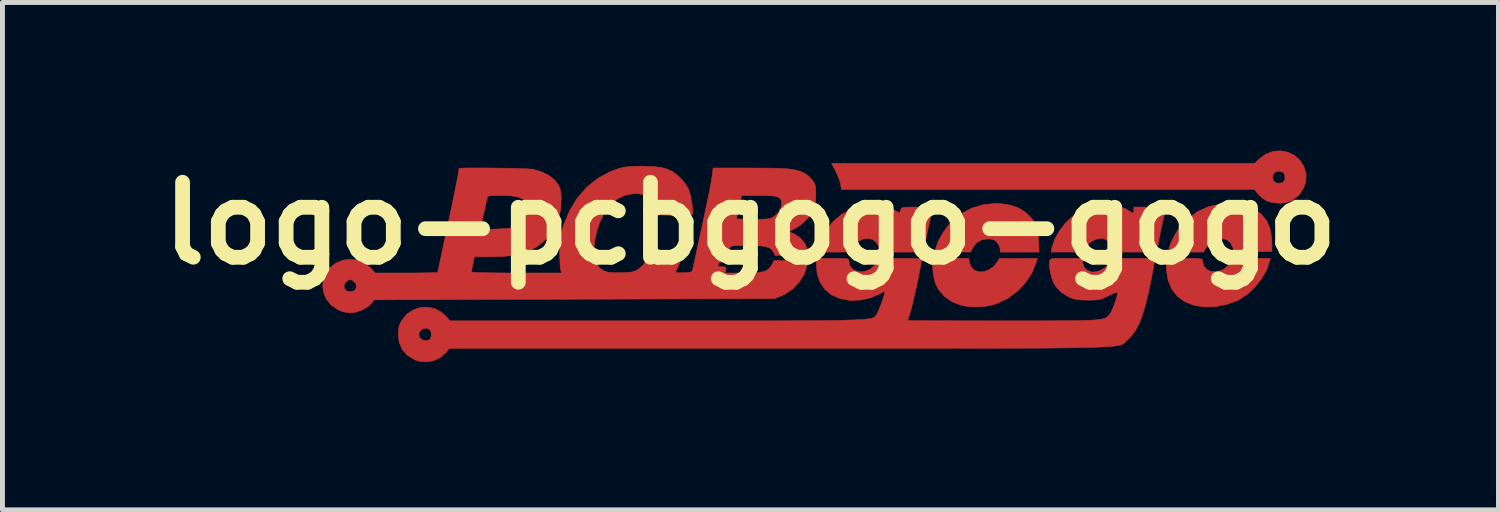
<source format=kicad_pcb>
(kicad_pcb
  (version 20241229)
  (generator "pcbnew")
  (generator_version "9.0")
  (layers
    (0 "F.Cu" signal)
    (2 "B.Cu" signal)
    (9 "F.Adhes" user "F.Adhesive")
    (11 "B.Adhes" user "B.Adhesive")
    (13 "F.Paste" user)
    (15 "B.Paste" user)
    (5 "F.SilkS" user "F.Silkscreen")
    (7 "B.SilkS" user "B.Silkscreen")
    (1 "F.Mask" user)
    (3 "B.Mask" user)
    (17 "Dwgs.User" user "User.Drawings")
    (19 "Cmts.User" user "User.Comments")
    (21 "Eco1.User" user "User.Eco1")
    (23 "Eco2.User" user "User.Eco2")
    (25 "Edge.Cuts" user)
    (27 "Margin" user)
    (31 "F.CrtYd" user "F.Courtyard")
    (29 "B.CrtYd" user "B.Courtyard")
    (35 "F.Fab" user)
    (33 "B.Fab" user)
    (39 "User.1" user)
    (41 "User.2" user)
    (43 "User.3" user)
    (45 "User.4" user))
  (footprint "logo-pcbgogo-gogo"
    (layer "F.Cu")
    (at 12.199 1.488)
    (property "Reference" "logo-pcbgogo-gogo" (at 0 0 0) (layer "F.SilkS") (effects (font (size 1.524 1.524) (thickness 0.3))))
    (attr through_hole)
    (fp_poly (pts (xy 4.452 0.8) (xy 4.491 0.895) (xy 4.559 0.957) (xy 4.647 0.986) (xy 4.746 0.982) (xy 4.848 0.945) (xy 4.942 0.876) (xy 5.009 0.793) (xy 5.06 0.713) (xy 5.445 0.712) (xy 5.831 0.711) (xy 5.807 0.793) (xy 5.72 1.008) (xy 5.591 1.205) (xy 5.426 1.379) (xy 5.234 1.522) (xy 5.021 1.626) (xy 4.906 1.663) (xy 4.754 1.689) (xy 4.582 1.698) (xy 4.414 1.69) (xy 4.283 1.667) (xy 4.094 1.593) (xy 3.939 1.483) (xy 3.82 1.342) (xy 3.765 1.236) (xy 3.736 1.144) (xy 3.715 1.029) (xy 3.704 0.912) (xy 3.705 0.813) (xy 3.711 0.777) (xy 3.727 0.711) (xy 4.435 0.711) (xy 4.452 0.8)) (stroke (width 0.01) (type solid)) (fill yes) (layer "F.Cu"))
    (fp_poly (pts (xy 5.096 -0.399) (xy 5.292 -0.368) (xy 5.455 -0.309) (xy 5.594 -0.219) (xy 5.618 -0.199) (xy 5.717 -0.099) (xy 5.785 0.002) (xy 5.827 0.119) (xy 5.85 0.266) (xy 5.855 0.349) (xy 5.866 0.584) (xy 5.073 0.584) (xy 5.073 0.522) (xy 5.056 0.461) (xy 5.017 0.395) (xy 5.011 0.388) (xy 4.964 0.344) (xy 4.911 0.323) (xy 4.831 0.317) (xy 4.823 0.317) (xy 4.692 0.337) (xy 4.591 0.398) (xy 4.516 0.501) (xy 4.515 0.502) (xy 4.476 0.583) (xy 3.746 0.584) (xy 3.763 0.514) (xy 3.812 0.374) (xy 3.892 0.221) (xy 3.994 0.073) (xy 4.093 -0.041) (xy 4.283 -0.196) (xy 4.499 -0.31) (xy 4.734 -0.38) (xy 4.981 -0.404) (xy 5.096 -0.399)) (stroke (width 0.01) (type solid)) (fill yes) (layer "F.Cu"))
    (fp_poly (pts (xy 8.963 0.711) (xy 9.063 0.713) (xy 9.128 0.717) (xy 9.166 0.725) (xy 9.183 0.737) (xy 9.187 0.755) (xy 9.187 0.76) (xy 9.21 0.86) (xy 9.27 0.935) (xy 9.361 0.978) (xy 9.473 0.983) (xy 9.483 0.982) (xy 9.611 0.939) (xy 9.71 0.856) (xy 9.751 0.798) (xy 9.802 0.711) (xy 10.565 0.711) (xy 10.548 0.781) (xy 10.485 0.957) (xy 10.381 1.134) (xy 10.248 1.3) (xy 10.094 1.443) (xy 9.93 1.552) (xy 9.899 1.568) (xy 9.677 1.649) (xy 9.445 1.693) (xy 9.216 1.699) (xy 9.005 1.664) (xy 8.821 1.59) (xy 8.672 1.48) (xy 8.561 1.336) (xy 8.487 1.161) (xy 8.453 0.957) (xy 8.451 0.884) (xy 8.451 0.711) (xy 8.819 0.711) (xy 8.963 0.711)) (stroke (width 0.01) (type solid)) (fill yes) (layer "F.Cu"))
    (fp_poly (pts (xy 9.818 -0.398) (xy 10.04 -0.364) (xy 10.227 -0.295) (xy 10.376 -0.192) (xy 10.488 -0.056) (xy 10.561 0.112) (xy 10.593 0.311) (xy 10.595 0.368) (xy 10.597 0.571) (xy 10.214 0.578) (xy 9.831 0.585) (xy 9.8 0.483) (xy 9.75 0.389) (xy 9.674 0.331) (xy 9.58 0.307) (xy 9.479 0.319) (xy 9.38 0.366) (xy 9.293 0.447) (xy 9.26 0.495) (xy 9.208 0.584) (xy 8.855 0.584) (xy 8.711 0.583) (xy 8.612 0.58) (xy 8.548 0.574) (xy 8.514 0.565) (xy 8.502 0.551) (xy 8.502 0.547) (xy 8.515 0.475) (xy 8.552 0.377) (xy 8.606 0.267) (xy 8.669 0.159) (xy 8.712 0.097) (xy 8.883 -0.091) (xy 9.08 -0.236) (xy 9.301 -0.336) (xy 9.542 -0.391) (xy 9.802 -0.399) (xy 9.818 -0.398)) (stroke (width 0.01) (type solid)) (fill yes) (layer "F.Cu"))
    (fp_poly (pts (xy 2.652 -0.363) (xy 2.841 -0.308) (xy 2.89 -0.285) (xy 3.037 -0.209) (xy 3.052 -0.27) (xy 3.06 -0.295) (xy 3.075 -0.312) (xy 3.105 -0.322) (xy 3.16 -0.328) (xy 3.247 -0.33) (xy 3.376 -0.331) (xy 3.387 -0.331) (xy 3.519 -0.33) (xy 3.608 -0.329) (xy 3.662 -0.324) (xy 3.689 -0.315) (xy 3.697 -0.3) (xy 3.694 -0.277) (xy 3.693 -0.273) (xy 3.683 -0.23) (xy 3.665 -0.146) (xy 3.641 -0.033) (xy 3.612 0.1) (xy 3.595 0.184) (xy 3.511 0.584) (xy 2.642 0.584) (xy 2.612 0.482) (xy 2.562 0.389) (xy 2.485 0.33) (xy 2.392 0.307) (xy 2.291 0.319) (xy 2.192 0.366) (xy 2.105 0.447) (xy 2.072 0.495) (xy 2.02 0.584) (xy 1.363 0.584) (xy 1.378 0.514) (xy 1.414 0.406) (xy 1.474 0.277) (xy 1.549 0.145) (xy 1.629 0.026) (xy 1.692 -0.048) (xy 1.855 -0.184) (xy 2.042 -0.285) (xy 2.243 -0.35) (xy 2.45 -0.377) (xy 2.652 -0.363)) (stroke (width 0.01) (type solid)) (fill yes) (layer "F.Cu"))
    (fp_poly (pts (xy 10.925 -1.445) (xy 11.06 -1.378) (xy 11.173 -1.274) (xy 11.247 -1.156) (xy 11.291 -1.007) (xy 11.287 -0.856) (xy 11.24 -0.712) (xy 11.154 -0.584) (xy 11.03 -0.481) (xy 10.985 -0.455) (xy 10.87 -0.418) (xy 10.732 -0.408) (xy 10.593 -0.423) (xy 10.492 -0.455) (xy 10.408 -0.508) (xy 10.329 -0.578) (xy 10.315 -0.595) (xy 10.242 -0.686) (xy 6.046 -0.686) (xy 1.851 -0.686) (xy 1.833 -0.791) (xy 1.812 -0.869) (xy 1.788 -0.931) (xy 10.61 -0.931) (xy 10.63 -0.859) (xy 10.688 -0.82) (xy 10.737 -0.813) (xy 10.799 -0.824) (xy 10.833 -0.844) (xy 10.861 -0.9) (xy 10.86 -0.969) (xy 10.834 -1.026) (xy 10.815 -1.041) (xy 10.734 -1.062) (xy 10.665 -1.042) (xy 10.62 -0.987) (xy 10.61 -0.931) (xy 1.788 -0.931) (xy 1.774 -0.968) (xy 1.732 -1.058) (xy 1.647 -1.22) (xy 10.246 -1.22) (xy 10.347 -1.316) (xy 10.48 -1.411) (xy 10.626 -1.463) (xy 10.778 -1.473) (xy 10.925 -1.445)) (stroke (width 0.01) (type solid)) (fill yes) (layer "F.Cu"))
    (fp_poly (pts (xy 7.476 -0.351) (xy 7.631 -0.293) (xy 7.677 -0.265) (xy 7.742 -0.222) (xy 7.776 -0.208) (xy 7.788 -0.224) (xy 7.79 -0.267) (xy 7.79 -0.331) (xy 8.122 -0.331) (xy 8.258 -0.33) (xy 8.35 -0.328) (xy 8.406 -0.323) (xy 8.435 -0.314) (xy 8.443 -0.3) (xy 8.441 -0.286) (xy 8.414 -0.184) (xy 8.381 -0.05) (xy 8.348 0.102) (xy 8.317 0.252) (xy 8.311 0.279) (xy 8.291 0.383) (xy 8.273 0.471) (xy 8.26 0.529) (xy 8.257 0.539) (xy 8.248 0.555) (xy 8.227 0.567) (xy 8.188 0.575) (xy 8.122 0.58) (xy 8.024 0.583) (xy 7.885 0.584) (xy 7.801 0.584) (xy 7.359 0.584) (xy 7.359 0.518) (xy 7.336 0.444) (xy 7.279 0.373) (xy 7.203 0.322) (xy 7.129 0.304) (xy 7.004 0.328) (xy 6.894 0.394) (xy 6.818 0.485) (xy 6.762 0.583) (xy 6.108 0.584) (xy 6.124 0.501) (xy 6.18 0.331) (xy 6.275 0.158) (xy 6.399 -0.004) (xy 6.544 -0.144) (xy 6.699 -0.249) (xy 6.724 -0.262) (xy 6.91 -0.332) (xy 7.104 -0.371) (xy 7.297 -0.377) (xy 7.476 -0.351)) (stroke (width 0.01) (type solid)) (fill yes) (layer "F.Cu"))
    (fp_poly (pts (xy 3.043 0.711) (xy 3.2 0.711) (xy 3.313 0.713) (xy 3.39 0.716) (xy 3.437 0.722) (xy 3.462 0.732) (xy 3.471 0.746) (xy 3.472 0.76) (xy 3.467 0.811) (xy 3.451 0.902) (xy 3.428 1.022) (xy 3.4 1.162) (xy 3.368 1.31) (xy 3.335 1.458) (xy 3.303 1.596) (xy 3.275 1.712) (xy 3.251 1.797) (xy 3.243 1.825) (xy 3.216 1.902) (xy 3.198 1.956) (xy 3.193 1.974) (xy 3.218 1.975) (xy 3.289 1.976) (xy 3.404 1.977) (xy 3.558 1.978) (xy 3.747 1.979) (xy 3.967 1.979) (xy 4.215 1.98) (xy 4.487 1.98) (xy 4.778 1.981) (xy 5.085 1.981) (xy 5.137 1.981) (xy 5.508 1.981) (xy 5.831 1.981) (xy 6.111 1.98) (xy 6.35 1.979) (xy 6.552 1.977) (xy 6.72 1.974) (xy 6.858 1.97) (xy 6.969 1.965) (xy 7.057 1.957) (xy 7.125 1.948) (xy 7.176 1.937) (xy 7.214 1.923) (xy 7.243 1.907) (xy 7.265 1.888) (xy 7.284 1.866) (xy 7.304 1.841) (xy 7.337 1.784) (xy 7.375 1.697) (xy 7.412 1.597) (xy 7.443 1.502) (xy 7.459 1.428) (xy 7.46 1.411) (xy 7.439 1.406) (xy 7.381 1.424) (xy 7.293 1.464) (xy 7.278 1.471) (xy 7.188 1.514) (xy 7.116 1.541) (xy 7.046 1.555) (xy 6.958 1.56) (xy 6.852 1.561) (xy 6.723 1.558) (xy 6.628 1.549) (xy 6.551 1.53) (xy 6.482 1.503) (xy 6.327 1.411) (xy 6.212 1.294) (xy 6.161 1.21) (xy 6.124 1.118) (xy 6.095 1.006) (xy 6.078 0.895) (xy 6.075 0.802) (xy 6.079 0.77) (xy 6.087 0.746) (xy 6.102 0.729) (xy 6.133 0.719) (xy 6.188 0.713) (xy 6.276 0.711) (xy 6.405 0.711) (xy 6.422 0.711) (xy 6.749 0.711) (xy 6.749 0.788) (xy 6.772 0.878) (xy 6.833 0.947) (xy 6.922 0.986) (xy 6.967 0.99) (xy 7.081 0.969) (xy 7.191 0.912) (xy 7.277 0.831) (xy 7.299 0.796) (xy 7.345 0.711) (xy 7.783 0.711) (xy 7.926 0.712) (xy 8.05 0.714) (xy 8.146 0.717) (xy 8.206 0.721) (xy 8.222 0.725) (xy 8.218 0.753) (xy 8.204 0.823) (xy 8.185 0.926) (xy 8.16 1.055) (xy 8.133 1.191) (xy 8.075 1.468) (xy 8.016 1.7) (xy 7.957 1.893) (xy 7.893 2.051) (xy 7.823 2.18) (xy 7.745 2.286) (xy 7.667 2.365) (xy 7.648 2.382) (xy 7.633 2.399) (xy 7.619 2.414) (xy 7.605 2.429) (xy 7.588 2.442) (xy 7.568 2.454) (xy 7.542 2.465) (xy 7.509 2.475) (xy 7.466 2.484) (xy 7.412 2.492) (xy 7.345 2.5) (xy 7.263 2.506) (xy 7.164 2.512) (xy 7.047 2.517) (xy 6.91 2.522) (xy 6.751 2.525) (xy 6.567 2.529) (xy 6.359 2.531) (xy 6.122 2.534) (xy 5.857 2.536) (xy 5.56 2.537) (xy 5.23 2.538) (xy 4.865 2.539) (xy 4.464 2.539) (xy 4.025 2.54) (xy 3.545 2.54) (xy 3.024 2.54) (xy 2.458 2.54) (xy 1.847 2.54) (xy 1.188 2.54) (xy 0.591 2.54) (xy -6.116 2.54) (xy -6.185 2.626) (xy -6.295 2.725) (xy -6.432 2.79) (xy -6.583 2.817) (xy -6.735 2.803) (xy -6.827 2.771) (xy -6.974 2.681) (xy -7.077 2.562) (xy -7.138 2.416) (xy -7.156 2.269) (xy -6.738 2.269) (xy -6.717 2.328) (xy -6.663 2.369) (xy -6.596 2.386) (xy -6.532 2.37) (xy -6.515 2.357) (xy -6.489 2.302) (xy -6.487 2.23) (xy -6.509 2.17) (xy -6.515 2.164) (xy -6.577 2.131) (xy -6.645 2.138) (xy -6.703 2.177) (xy -6.736 2.241) (xy -6.738 2.269) (xy -7.156 2.269) (xy -7.157 2.26) (xy -7.152 2.154) (xy -7.135 2.072) (xy -7.097 1.992) (xy -7.086 1.974) (xy -6.986 1.85) (xy -6.86 1.763) (xy -6.717 1.713) (xy -6.567 1.703) (xy -6.418 1.732) (xy -6.281 1.803) (xy -6.187 1.888) (xy -6.105 1.981) (xy -1.888 1.981) (xy -1.335 1.981) (xy -0.831 1.981) (xy -0.373 1.981) (xy 0.041 1.981) (xy 0.413 1.981) (xy 0.746 1.98) (xy 1.042 1.979) (xy 1.303 1.977) (xy 1.531 1.975) (xy 1.729 1.973) (xy 1.898 1.969) (xy 2.042 1.965) (xy 2.162 1.96) (xy 2.261 1.954) (xy 2.341 1.947) (xy 2.404 1.939) (xy 2.453 1.93) (xy 2.489 1.919) (xy 2.515 1.907) (xy 2.534 1.894) (xy 2.547 1.879) (xy 2.558 1.863) (xy 2.567 1.845) (xy 2.577 1.825) (xy 2.58 1.819) (xy 2.605 1.768) (xy 2.638 1.688) (xy 2.673 1.593) (xy 2.704 1.501) (xy 2.727 1.425) (xy 2.736 1.38) (xy 2.736 1.38) (xy 2.716 1.385) (xy 2.666 1.411) (xy 2.627 1.433) (xy 2.451 1.511) (xy 2.251 1.558) (xy 2.049 1.568) (xy 2.015 1.566) (xy 1.813 1.528) (xy 1.644 1.452) (xy 1.51 1.341) (xy 1.413 1.197) (xy 1.355 1.022) (xy 1.339 0.846) (xy 1.339 0.711) (xy 1.669 0.711) (xy 1.804 0.711) (xy 1.896 0.713) (xy 1.954 0.719) (xy 1.985 0.728) (xy 1.997 0.743) (xy 1.999 0.76) (xy 2.021 0.86) (xy 2.082 0.935) (xy 2.173 0.978) (xy 2.285 0.983) (xy 2.294 0.982) (xy 2.423 0.939) (xy 2.522 0.856) (xy 2.562 0.798) (xy 2.614 0.711) (xy 3.043 0.711)) (stroke (width 0.01) (type solid)) (fill yes) (layer "F.Cu"))
    (fp_poly (pts (xy -1.991 -1.156) (xy -1.833 -1.139) (xy -1.704 -1.107) (xy -1.593 -1.056) (xy -1.491 -0.983) (xy -1.41 -0.908) (xy -1.322 -0.806) (xy -1.259 -0.696) (xy -1.216 -0.564) (xy -1.188 -0.399) (xy -1.182 -0.348) (xy -1.166 -0.189) (xy -1.277 -0.172) (xy -1.352 -0.166) (xy -1.46 -0.163) (xy -1.582 -0.163) (xy -1.642 -0.164) (xy -1.895 -0.172) (xy -1.914 -0.283) (xy -1.935 -0.368) (xy -1.965 -0.442) (xy -1.974 -0.457) (xy -2.049 -0.529) (xy -2.16 -0.58) (xy -2.291 -0.604) (xy -2.368 -0.604) (xy -2.553 -0.569) (xy -2.718 -0.487) (xy -2.861 -0.361) (xy -2.982 -0.192) (xy -3.078 0.019) (xy -3.129 0.187) (xy -3.166 0.37) (xy -3.18 0.54) (xy -3.171 0.686) (xy -3.14 0.8) (xy -3.121 0.834) (xy -3.06 0.91) (xy -2.988 0.961) (xy -2.896 0.992) (xy -2.773 1.004) (xy -2.63 1.004) (xy -2.508 0.999) (xy -2.423 0.99) (xy -2.361 0.975) (xy -2.309 0.952) (xy -2.273 0.929) (xy -2.176 0.839) (xy -2.098 0.719) (xy -2.023 0.577) (xy -1.693 0.583) (xy -1.558 0.587) (xy -1.465 0.591) (xy -1.408 0.598) (xy -1.379 0.608) (xy -1.37 0.623) (xy -1.37 0.633) (xy -1.386 0.684) (xy -1.424 0.776) (xy -1.482 0.903) (xy -1.524 0.992) (xy -1.505 1.001) (xy -1.449 1.005) (xy -1.365 1.004) (xy -1.361 1.004) (xy -1.269 0.999) (xy -1.216 0.99) (xy -1.189 0.972) (xy -1.175 0.939) (xy -1.17 0.92) (xy -1.158 0.865) (xy -1.136 0.764) (xy -1.105 0.624) (xy -1.068 0.45) (xy -1.024 0.247) (xy -0.975 0.019) (xy -0.951 -0.094) (xy -0.284 -0.094) (xy -0.26 -0.09) (xy -0.194 -0.086) (xy -0.097 -0.084) (xy 0.024 -0.083) (xy 0.056 -0.083) (xy 0.195 -0.083) (xy 0.295 -0.086) (xy 0.364 -0.093) (xy 0.413 -0.105) (xy 0.453 -0.123) (xy 0.481 -0.141) (xy 0.575 -0.228) (xy 0.623 -0.335) (xy 0.631 -0.405) (xy 0.625 -0.463) (xy 0.604 -0.505) (xy 0.56 -0.534) (xy 0.487 -0.552) (xy 0.378 -0.562) (xy 0.227 -0.565) (xy 0.17 -0.565) (xy -0.177 -0.565) (xy -0.23 -0.335) (xy -0.254 -0.233) (xy -0.272 -0.152) (xy -0.282 -0.103) (xy -0.284 -0.094) (xy -0.951 -0.094) (xy -0.922 -0.227) (xy -0.883 -0.413) (xy -0.851 -0.565) (xy -0.822 -0.712) (xy -0.798 -0.84) (xy -0.782 -0.939) (xy -0.776 -0.978) (xy -0.759 -1.124) (xy 0.006 -1.124) (xy 0.249 -1.123) (xy 0.447 -1.121) (xy 0.607 -1.116) (xy 0.735 -1.109) (xy 0.838 -1.098) (xy 0.921 -1.083) (xy 0.991 -1.064) (xy 1.054 -1.039) (xy 1.106 -1.014) (xy 1.173 -0.966) (xy 1.242 -0.899) (xy 1.258 -0.879) (xy 1.294 -0.826) (xy 1.316 -0.776) (xy 1.326 -0.712) (xy 1.329 -0.618) (xy 1.329 -0.58) (xy 1.326 -0.461) (xy 1.314 -0.373) (xy 1.289 -0.299) (xy 1.27 -0.261) (xy 1.167 -0.106) (xy 1.036 0.023) (xy 0.901 0.108) (xy 0.778 0.167) (xy 0.891 0.217) (xy 1.009 0.292) (xy 1.099 0.397) (xy 1.151 0.518) (xy 1.157 0.551) (xy 1.171 0.654) (xy 0.838 0.654) (xy 0.505 0.654) (xy 0.467 0.58) (xy 0.434 0.533) (xy 0.385 0.498) (xy 0.313 0.474) (xy 0.211 0.459) (xy 0.071 0.452) (xy -0.071 0.451) (xy -0.211 0.451) (xy -0.307 0.454) (xy -0.368 0.46) (xy -0.399 0.47) (xy -0.41 0.485) (xy -0.411 0.489) (xy -0.43 0.517) (xy -0.491 0.527) (xy -0.499 0.527) (xy -0.561 0.532) (xy -0.585 0.555) (xy -0.588 0.578) (xy -0.577 0.614) (xy -0.534 0.628) (xy -0.509 0.628) (xy -0.456 0.634) (xy -0.442 0.655) (xy -0.446 0.669) (xy -0.46 0.726) (xy -0.461 0.745) (xy -0.485 0.773) (xy -0.547 0.781) (xy -0.619 0.793) (xy -0.649 0.821) (xy -0.662 0.861) (xy -0.65 0.878) (xy -0.602 0.882) (xy -0.575 0.882) (xy -0.516 0.886) (xy -0.496 0.903) (xy -0.501 0.945) (xy -0.502 0.946) (xy -0.518 1.009) (xy -0.14 1.009) (xy 0.035 1.007) (xy 0.167 0.999) (xy 0.264 0.982) (xy 0.335 0.954) (xy 0.386 0.913) (xy 0.427 0.857) (xy 0.44 0.833) (xy 0.48 0.755) (xy 1.17 0.755) (xy 1.152 0.849) (xy 1.094 1.029) (xy 0.993 1.195) (xy 0.858 1.336) (xy 0.696 1.443) (xy 0.644 1.467) (xy 0.491 1.53) (xy -7.645 1.555) (xy -7.702 1.629) (xy -7.784 1.701) (xy -7.897 1.764) (xy -8.022 1.807) (xy -8.134 1.822) (xy -8.275 1.799) (xy -8.388 1.752) (xy -8.522 1.659) (xy -8.619 1.538) (xy -8.677 1.4) (xy -8.688 1.296) (xy -8.258 1.296) (xy -8.231 1.357) (xy -8.229 1.36) (xy -8.174 1.385) (xy -8.102 1.387) (xy -8.042 1.366) (xy -8.036 1.36) (xy -8.006 1.299) (xy -8.017 1.231) (xy -8.065 1.174) (xy -8.069 1.172) (xy -8.118 1.145) (xy -8.157 1.15) (xy -8.196 1.172) (xy -8.245 1.228) (xy -8.258 1.296) (xy -8.688 1.296) (xy -8.693 1.253) (xy -8.666 1.104) (xy -8.594 0.963) (xy -8.555 0.914) (xy -8.434 0.813) (xy -8.293 0.751) (xy -8.14 0.73) (xy -7.987 0.749) (xy -7.842 0.808) (xy -7.717 0.906) (xy -7.702 0.922) (xy -7.626 1.009) (xy -6.99 1.009) (xy -6.816 1.009) (xy -6.661 1.007) (xy -6.53 1.005) (xy -6.431 1.002) (xy -6.37 0.999) (xy -6.354 0.996) (xy -6.349 0.969) (xy -6.334 0.898) (xy -6.311 0.789) (xy -6.282 0.649) (xy -6.246 0.482) (xy -6.206 0.295) (xy -6.178 0.164) (xy -6.169 0.126) (xy -5.493 0.126) (xy -5.168 0.116) (xy -5.013 0.109) (xy -4.9 0.099) (xy -4.821 0.085) (xy -4.766 0.065) (xy -4.763 0.063) (xy -4.67 -0.014) (xy -4.6 -0.127) (xy -4.561 -0.265) (xy -4.56 -0.269) (xy -4.557 -0.368) (xy -4.58 -0.444) (xy -4.634 -0.498) (xy -4.723 -0.535) (xy -4.852 -0.557) (xy -5.026 -0.565) (xy -5.077 -0.565) (xy -5.195 -0.565) (xy -5.271 -0.562) (xy -5.315 -0.554) (xy -5.338 -0.54) (xy -5.348 -0.517) (xy -5.35 -0.508) (xy -5.362 -0.458) (xy -5.381 -0.374) (xy -5.404 -0.27) (xy -5.414 -0.223) (xy -5.439 -0.114) (xy -5.46 -0.018) (xy -5.475 0.049) (xy -5.479 0.066) (xy -5.493 0.126) (xy -6.169 0.126) (xy -6.124 -0.086) (xy -6.075 -0.32) (xy -6.031 -0.534) (xy -5.993 -0.722) (xy -5.962 -0.879) (xy -5.939 -1.001) (xy -5.926 -1.082) (xy -5.922 -1.115) (xy -5.898 -1.119) (xy -5.831 -1.123) (xy -5.728 -1.125) (xy -5.597 -1.125) (xy -5.446 -1.125) (xy -5.282 -1.124) (xy -5.113 -1.122) (xy -4.946 -1.12) (xy -4.789 -1.116) (xy -4.65 -1.112) (xy -4.536 -1.108) (xy -4.456 -1.103) (xy -4.421 -1.099) (xy -4.255 -1.052) (xy -4.105 -0.979) (xy -3.985 -0.888) (xy -3.932 -0.826) (xy -3.891 -0.761) (xy -3.866 -0.697) (xy -3.852 -0.614) (xy -3.845 -0.52) (xy -3.855 -0.28) (xy -3.912 -0.057) (xy -4.015 0.147) (xy -4.163 0.328) (xy -4.182 0.347) (xy -4.318 0.46) (xy -4.461 0.546) (xy -4.619 0.609) (xy -4.802 0.65) (xy -5.018 0.672) (xy -5.252 0.679) (xy -5.61 0.679) (xy -5.639 0.823) (xy -5.655 0.905) (xy -5.666 0.966) (xy -5.668 0.988) (xy -5.644 0.993) (xy -5.574 0.998) (xy -5.465 1.001) (xy -5.322 1.005) (xy -5.151 1.007) (xy -4.958 1.009) (xy -4.753 1.009) (xy -3.839 1.009) (xy -3.858 0.94) (xy -3.866 0.887) (xy -3.871 0.797) (xy -3.875 0.682) (xy -3.876 0.565) (xy -3.873 0.426) (xy -3.867 0.32) (xy -3.853 0.23) (xy -3.83 0.139) (xy -3.795 0.03) (xy -3.792 0.02) (xy -3.67 -0.267) (xy -3.515 -0.519) (xy -3.326 -0.734) (xy -3.107 -0.911) (xy -2.858 -1.046) (xy -2.709 -1.103) (xy -2.625 -1.128) (xy -2.544 -1.145) (xy -2.452 -1.155) (xy -2.337 -1.16) (xy -2.189 -1.161) (xy -1.991 -1.156)) (stroke (width 0.01) (type solid)) (fill yes) (layer "F.Cu"))
    (fp_poly (pts (xy -8.099 1.145) (xy -8.061 1.168) (xy -8.009 1.225) (xy -7.997 1.289) (xy -8.024 1.346) (xy -8.084 1.381) (xy -8.125 1.386) (xy -8.187 1.375) (xy -8.221 1.356) (xy -8.25 1.295) (xy -8.239 1.227) (xy -8.192 1.17) (xy -8.188 1.168) (xy -8.139 1.141) (xy -8.099 1.145)) (stroke (width 0.01) (type solid)) (fill yes) (layer "F.Mask"))
    (fp_poly (pts (xy 0.342 -0.568) (xy 0.464 -0.56) (xy 0.547 -0.545) (xy 0.6 -0.52) (xy 0.628 -0.482) (xy 0.637 -0.43) (xy 0.638 -0.41) (xy 0.615 -0.291) (xy 0.548 -0.193) (xy 0.488 -0.145) (xy 0.449 -0.121) (xy 0.408 -0.105) (xy 0.354 -0.095) (xy 0.277 -0.09) (xy 0.167 -0.088) (xy 0.061 -0.087) (xy -0.076 -0.088) (xy -0.17 -0.09) (xy -0.229 -0.095) (xy -0.259 -0.103) (xy -0.269 -0.117) (xy -0.267 -0.132) (xy -0.256 -0.177) (xy -0.239 -0.256) (xy -0.217 -0.354) (xy -0.213 -0.373) (xy -0.171 -0.57) (xy 0.177 -0.57) (xy 0.342 -0.568)) (stroke (width 0.01) (type solid)) (fill yes) (layer "F.Mask"))
    (fp_poly (pts (xy 4.462 0.79) (xy 4.501 0.885) (xy 4.569 0.947) (xy 4.657 0.976) (xy 4.756 0.972) (xy 4.858 0.935) (xy 4.952 0.866) (xy 5.019 0.783) (xy 5.07 0.703) (xy 5.455 0.702) (xy 5.841 0.701) (xy 5.817 0.783) (xy 5.73 0.998) (xy 5.601 1.195) (xy 5.436 1.369) (xy 5.244 1.512) (xy 5.031 1.616) (xy 4.916 1.653) (xy 4.764 1.679) (xy 4.592 1.688) (xy 4.424 1.68) (xy 4.293 1.657) (xy 4.104 1.583) (xy 3.949 1.473) (xy 3.83 1.332) (xy 3.775 1.226) (xy 3.746 1.134) (xy 3.725 1.019) (xy 3.714 0.902) (xy 3.715 0.803) (xy 3.721 0.767) (xy 3.737 0.701) (xy 4.445 0.701) (xy 4.462 0.79)) (stroke (width 0.01) (type solid)) (fill yes) (layer "F.Mask"))
    (fp_poly (pts (xy -4.895 -0.564) (xy -4.753 -0.547) (xy -4.653 -0.516) (xy -4.588 -0.469) (xy -4.555 -0.403) (xy -4.549 -0.315) (xy -4.552 -0.282) (xy -4.591 -0.134) (xy -4.668 -0.016) (xy -4.751 0.052) (xy -4.796 0.074) (xy -4.852 0.09) (xy -4.929 0.101) (xy -5.037 0.108) (xy -5.162 0.112) (xy -5.296 0.115) (xy -5.386 0.116) (xy -5.441 0.113) (xy -5.469 0.105) (xy -5.477 0.091) (xy -5.474 0.074) (xy -5.463 0.03) (xy -5.444 -0.051) (xy -5.422 -0.155) (xy -5.406 -0.227) (xy -5.383 -0.339) (xy -5.361 -0.435) (xy -5.346 -0.503) (xy -5.34 -0.525) (xy -5.328 -0.546) (xy -5.299 -0.559) (xy -5.245 -0.566) (xy -5.154 -0.569) (xy -5.081 -0.569) (xy -4.895 -0.564)) (stroke (width 0.01) (type solid)) (fill yes) (layer "F.Mask"))
    (fp_poly (pts (xy 5.106 -0.409) (xy 5.302 -0.378) (xy 5.465 -0.319) (xy 5.604 -0.229) (xy 5.628 -0.209) (xy 5.727 -0.109) (xy 5.795 -0.008) (xy 5.837 0.109) (xy 5.86 0.256) (xy 5.865 0.339) (xy 5.876 0.574) (xy 5.083 0.574) (xy 5.083 0.512) (xy 5.066 0.451) (xy 5.027 0.385) (xy 5.021 0.378) (xy 4.974 0.334) (xy 4.921 0.313) (xy 4.841 0.307) (xy 4.833 0.307) (xy 4.702 0.327) (xy 4.601 0.388) (xy 4.526 0.491) (xy 4.525 0.492) (xy 4.486 0.573) (xy 3.756 0.574) (xy 3.773 0.504) (xy 3.822 0.364) (xy 3.902 0.211) (xy 4.004 0.063) (xy 4.103 -0.051) (xy 4.293 -0.206) (xy 4.509 -0.32) (xy 4.744 -0.39) (xy 4.991 -0.414) (xy 5.106 -0.409)) (stroke (width 0.01) (type solid)) (fill yes) (layer "F.Mask"))
    (fp_poly (pts (xy 8.973 0.701) (xy 9.073 0.703) (xy 9.138 0.707) (xy 9.176 0.715) (xy 9.193 0.727) (xy 9.197 0.745) (xy 9.197 0.75) (xy 9.22 0.85) (xy 9.28 0.925) (xy 9.371 0.968) (xy 9.483 0.973) (xy 9.493 0.972) (xy 9.621 0.929) (xy 9.72 0.846) (xy 9.761 0.788) (xy 9.812 0.701) (xy 10.575 0.701) (xy 10.558 0.771) (xy 10.495 0.947) (xy 10.391 1.124) (xy 10.258 1.29) (xy 10.104 1.433) (xy 9.94 1.542) (xy 9.909 1.558) (xy 9.687 1.639) (xy 9.455 1.683) (xy 9.226 1.689) (xy 9.015 1.654) (xy 8.831 1.58) (xy 8.682 1.47) (xy 8.571 1.326) (xy 8.497 1.151) (xy 8.463 0.947) (xy 8.461 0.874) (xy 8.461 0.701) (xy 8.829 0.701) (xy 8.973 0.701)) (stroke (width 0.01) (type solid)) (fill yes) (layer "F.Mask"))
    (fp_poly (pts (xy 9.828 -0.408) (xy 10.05 -0.374) (xy 10.237 -0.305) (xy 10.386 -0.202) (xy 10.498 -0.066) (xy 10.571 0.102) (xy 10.603 0.301) (xy 10.605 0.358) (xy 10.607 0.561) (xy 10.224 0.568) (xy 9.841 0.575) (xy 9.81 0.473) (xy 9.76 0.379) (xy 9.684 0.321) (xy 9.59 0.297) (xy 9.489 0.309) (xy 9.39 0.356) (xy 9.303 0.437) (xy 9.27 0.485) (xy 9.218 0.574) (xy 8.865 0.574) (xy 8.721 0.573) (xy 8.622 0.57) (xy 8.558 0.564) (xy 8.524 0.555) (xy 8.512 0.541) (xy 8.512 0.537) (xy 8.525 0.465) (xy 8.562 0.367) (xy 8.616 0.257) (xy 8.679 0.149) (xy 8.722 0.087) (xy 8.893 -0.101) (xy 9.09 -0.246) (xy 9.311 -0.346) (xy 9.552 -0.401) (xy 9.812 -0.409) (xy 9.828 -0.408)) (stroke (width 0.01) (type solid)) (fill yes) (layer "F.Mask"))
    (fp_poly (pts (xy 2.662 -0.373) (xy 2.851 -0.318) (xy 2.9 -0.295) (xy 3.047 -0.219) (xy 3.062 -0.28) (xy 3.07 -0.305) (xy 3.085 -0.322) (xy 3.115 -0.332) (xy 3.17 -0.338) (xy 3.257 -0.34) (xy 3.386 -0.341) (xy 3.397 -0.341) (xy 3.529 -0.34) (xy 3.618 -0.339) (xy 3.672 -0.334) (xy 3.699 -0.325) (xy 3.707 -0.31) (xy 3.704 -0.287) (xy 3.703 -0.283) (xy 3.693 -0.24) (xy 3.675 -0.156) (xy 3.651 -0.043) (xy 3.622 0.09) (xy 3.605 0.174) (xy 3.521 0.574) (xy 2.652 0.574) (xy 2.622 0.472) (xy 2.572 0.379) (xy 2.495 0.32) (xy 2.402 0.297) (xy 2.301 0.309) (xy 2.202 0.356) (xy 2.115 0.437) (xy 2.082 0.485) (xy 2.03 0.574) (xy 1.373 0.574) (xy 1.388 0.504) (xy 1.424 0.396) (xy 1.484 0.267) (xy 1.559 0.135) (xy 1.639 0.016) (xy 1.702 -0.058) (xy 1.865 -0.194) (xy 2.052 -0.295) (xy 2.253 -0.36) (xy 2.46 -0.387) (xy 2.662 -0.373)) (stroke (width 0.01) (type solid)) (fill yes) (layer "F.Mask"))
    (fp_poly (pts (xy 10.935 -1.455) (xy 11.07 -1.388) (xy 11.183 -1.284) (xy 11.257 -1.166) (xy 11.301 -1.017) (xy 11.297 -0.866) (xy 11.25 -0.722) (xy 11.164 -0.594) (xy 11.04 -0.491) (xy 10.995 -0.465) (xy 10.88 -0.428) (xy 10.742 -0.418) (xy 10.603 -0.433) (xy 10.502 -0.465) (xy 10.418 -0.518) (xy 10.339 -0.588) (xy 10.325 -0.605) (xy 10.252 -0.696) (xy 6.056 -0.696) (xy 1.861 -0.696) (xy 1.843 -0.801) (xy 1.822 -0.879) (xy 1.798 -0.941) (xy 10.62 -0.941) (xy 10.64 -0.869) (xy 10.698 -0.83) (xy 10.747 -0.823) (xy 10.809 -0.834) (xy 10.843 -0.854) (xy 10.871 -0.91) (xy 10.87 -0.979) (xy 10.844 -1.036) (xy 10.825 -1.051) (xy 10.744 -1.072) (xy 10.675 -1.052) (xy 10.63 -0.997) (xy 10.62 -0.941) (xy 1.798 -0.941) (xy 1.784 -0.978) (xy 1.742 -1.068) (xy 1.657 -1.23) (xy 10.256 -1.23) (xy 10.357 -1.326) (xy 10.49 -1.421) (xy 10.636 -1.473) (xy 10.788 -1.483) (xy 10.935 -1.455)) (stroke (width 0.01) (type solid)) (fill yes) (layer "F.Mask"))
    (fp_poly (pts (xy 7.486 -0.361) (xy 7.641 -0.303) (xy 7.687 -0.275) (xy 7.752 -0.232) (xy 7.786 -0.218) (xy 7.798 -0.234) (xy 7.8 -0.277) (xy 7.8 -0.341) (xy 8.132 -0.341) (xy 8.268 -0.34) (xy 8.36 -0.338) (xy 8.416 -0.333) (xy 8.445 -0.324) (xy 8.453 -0.31) (xy 8.451 -0.296) (xy 8.424 -0.194) (xy 8.391 -0.06) (xy 8.358 0.092) (xy 8.327 0.242) (xy 8.321 0.269) (xy 8.301 0.373) (xy 8.283 0.461) (xy 8.27 0.519) (xy 8.267 0.529) (xy 8.258 0.545) (xy 8.237 0.557) (xy 8.198 0.565) (xy 8.132 0.57) (xy 8.034 0.573) (xy 7.895 0.574) (xy 7.811 0.574) (xy 7.369 0.574) (xy 7.369 0.508) (xy 7.346 0.434) (xy 7.289 0.363) (xy 7.213 0.312) (xy 7.139 0.294) (xy 7.014 0.318) (xy 6.904 0.384) (xy 6.828 0.475) (xy 6.772 0.573) (xy 6.118 0.574) (xy 6.134 0.491) (xy 6.19 0.321) (xy 6.285 0.148) (xy 6.409 -0.014) (xy 6.554 -0.154) (xy 6.709 -0.259) (xy 6.734 -0.272) (xy 6.92 -0.342) (xy 7.114 -0.381) (xy 7.307 -0.387) (xy 7.486 -0.361)) (stroke (width 0.01) (type solid)) (fill yes) (layer "F.Mask"))
    (fp_poly (pts (xy 3.053 0.701) (xy 3.21 0.701) (xy 3.323 0.703) (xy 3.4 0.706) (xy 3.447 0.712) (xy 3.472 0.722) (xy 3.481 0.736) (xy 3.482 0.75) (xy 3.477 0.801) (xy 3.461 0.892) (xy 3.438 1.012) (xy 3.41 1.152) (xy 3.378 1.3) (xy 3.345 1.448) (xy 3.313 1.586) (xy 3.285 1.702) (xy 3.261 1.787) (xy 3.253 1.815) (xy 3.226 1.892) (xy 3.208 1.946) (xy 3.203 1.964) (xy 3.228 1.965) (xy 3.299 1.966) (xy 3.414 1.967) (xy 3.568 1.968) (xy 3.757 1.969) (xy 3.977 1.969) (xy 4.225 1.97) (xy 4.497 1.97) (xy 4.788 1.971) (xy 5.095 1.971) (xy 5.147 1.971) (xy 5.518 1.971) (xy 5.841 1.971) (xy 6.121 1.97) (xy 6.36 1.969) (xy 6.562 1.967) (xy 6.73 1.964) (xy 6.868 1.96) (xy 6.979 1.955) (xy 7.067 1.947) (xy 7.135 1.938) (xy 7.186 1.927) (xy 7.224 1.913) (xy 7.253 1.897) (xy 7.275 1.878) (xy 7.294 1.856) (xy 7.314 1.831) (xy 7.347 1.774) (xy 7.385 1.687) (xy 7.422 1.587) (xy 7.453 1.492) (xy 7.469 1.418) (xy 7.47 1.401) (xy 7.449 1.396) (xy 7.391 1.414) (xy 7.303 1.454) (xy 7.288 1.461) (xy 7.198 1.504) (xy 7.126 1.531) (xy 7.056 1.545) (xy 6.968 1.55) (xy 6.862 1.551) (xy 6.733 1.548) (xy 6.638 1.539) (xy 6.561 1.52) (xy 6.492 1.493) (xy 6.337 1.401) (xy 6.222 1.284) (xy 6.171 1.2) (xy 6.134 1.108) (xy 6.105 0.996) (xy 6.088 0.885) (xy 6.085 0.792) (xy 6.089 0.76) (xy 6.097 0.736) (xy 6.112 0.719) (xy 6.143 0.709) (xy 6.198 0.703) (xy 6.286 0.701) (xy 6.415 0.701) (xy 6.432 0.701) (xy 6.759 0.701) (xy 6.759 0.778) (xy 6.782 0.868) (xy 6.843 0.937) (xy 6.932 0.976) (xy 6.977 0.98) (xy 7.091 0.959) (xy 7.201 0.902) (xy 7.287 0.821) (xy 7.309 0.786) (xy 7.355 0.701) (xy 7.793 0.701) (xy 7.936 0.702) (xy 8.06 0.704) (xy 8.156 0.707) (xy 8.216 0.711) (xy 8.232 0.715) (xy 8.228 0.743) (xy 8.214 0.813) (xy 8.195 0.916) (xy 8.17 1.045) (xy 8.143 1.181) (xy 8.085 1.458) (xy 8.026 1.69) (xy 7.967 1.883) (xy 7.903 2.041) (xy 7.833 2.17) (xy 7.755 2.276) (xy 7.677 2.355) (xy 7.658 2.372) (xy 7.643 2.389) (xy 7.629 2.404) (xy 7.615 2.419) (xy 7.598 2.432) (xy 7.578 2.444) (xy 7.552 2.455) (xy 7.519 2.465) (xy 7.476 2.474) (xy 7.422 2.482) (xy 7.355 2.49) (xy 7.273 2.496) (xy 7.174 2.502) (xy 7.057 2.507) (xy 6.92 2.512) (xy 6.761 2.515) (xy 6.577 2.519) (xy 6.369 2.521) (xy 6.132 2.524) (xy 5.867 2.526) (xy 5.57 2.527) (xy 5.24 2.528) (xy 4.875 2.529) (xy 4.474 2.529) (xy 4.035 2.53) (xy 3.555 2.53) (xy 3.034 2.53) (xy 2.468 2.53) (xy 1.857 2.53) (xy 1.198 2.53) (xy 0.601 2.53) (xy -6.106 2.53) (xy -6.175 2.616) (xy -6.285 2.715) (xy -6.422 2.78) (xy -6.573 2.807) (xy -6.725 2.793) (xy -6.817 2.761) (xy -6.964 2.671) (xy -7.067 2.552) (xy -7.128 2.406) (xy -7.146 2.259) (xy -6.728 2.259) (xy -6.707 2.318) (xy -6.653 2.359) (xy -6.586 2.376) (xy -6.522 2.36) (xy -6.505 2.347) (xy -6.479 2.292) (xy -6.477 2.22) (xy -6.499 2.16) (xy -6.505 2.154) (xy -6.567 2.121) (xy -6.635 2.128) (xy -6.693 2.167) (xy -6.726 2.231) (xy -6.728 2.259) (xy -7.146 2.259) (xy -7.147 2.25) (xy -7.142 2.144) (xy -7.125 2.062) (xy -7.087 1.982) (xy -7.076 1.964) (xy -6.976 1.84) (xy -6.85 1.753) (xy -6.707 1.703) (xy -6.557 1.693) (xy -6.408 1.722) (xy -6.271 1.793) (xy -6.177 1.878) (xy -6.095 1.971) (xy -1.878 1.971) (xy -1.325 1.971) (xy -0.821 1.971) (xy -0.363 1.971) (xy 0.051 1.971) (xy 0.423 1.971) (xy 0.756 1.97) (xy 1.052 1.969) (xy 1.313 1.967) (xy 1.541 1.965) (xy 1.739 1.963) (xy 1.908 1.959) (xy 2.052 1.955) (xy 2.172 1.95) (xy 2.271 1.944) (xy 2.351 1.937) (xy 2.414 1.929) (xy 2.463 1.92) (xy 2.499 1.909) (xy 2.525 1.897) (xy 2.544 1.884) (xy 2.557 1.869) (xy 2.568 1.853) (xy 2.577 1.835) (xy 2.587 1.815) (xy 2.59 1.809) (xy 2.615 1.758) (xy 2.648 1.678) (xy 2.683 1.583) (xy 2.714 1.491) (xy 2.737 1.415) (xy 2.746 1.37) (xy 2.746 1.37) (xy 2.726 1.375) (xy 2.676 1.401) (xy 2.637 1.423) (xy 2.461 1.501) (xy 2.261 1.548) (xy 2.059 1.558) (xy 2.025 1.556) (xy 1.823 1.518) (xy 1.654 1.442) (xy 1.52 1.331) (xy 1.423 1.187) (xy 1.365 1.012) (xy 1.349 0.836) (xy 1.349 0.701) (xy 1.679 0.701) (xy 1.814 0.701) (xy 1.906 0.703) (xy 1.964 0.709) (xy 1.995 0.718) (xy 2.007 0.733) (xy 2.009 0.75) (xy 2.031 0.85) (xy 2.092 0.925) (xy 2.183 0.968) (xy 2.295 0.973) (xy 2.304 0.972) (xy 2.433 0.929) (xy 2.532 0.846) (xy 2.572 0.788) (xy 2.624 0.701) (xy 3.053 0.701)) (stroke (width 0.01) (type solid)) (fill yes) (layer "F.Mask"))
    (fp_poly (pts (xy 0.166 -1.48) (xy 0.444 -1.48) (xy 0.688 -1.479) (xy 0.9 -1.478) (xy 1.081 -1.477) (xy 1.235 -1.475) (xy 1.364 -1.473) (xy 1.469 -1.471) (xy 1.554 -1.469) (xy 1.621 -1.465) (xy 1.671 -1.462) (xy 1.708 -1.458) (xy 1.733 -1.454) (xy 1.75 -1.449) (xy 1.759 -1.443) (xy 1.76 -1.443) (xy 1.804 -1.393) (xy 1.846 -1.331) (xy 1.879 -1.271) (xy 1.892 -1.229) (xy 1.889 -1.22) (xy 1.856 -1.21) (xy 1.794 -1.205) (xy 1.777 -1.205) (xy 1.68 -1.205) (xy 1.755 -1.058) (xy 1.798 -0.961) (xy 1.833 -0.863) (xy 1.847 -0.804) (xy 1.861 -0.737) (xy 1.882 -0.706) (xy 1.925 -0.697) (xy 1.95 -0.697) (xy 2.035 -0.697) (xy 2.035 -0.295) (xy 1.927 -0.232) (xy 1.829 -0.161) (xy 1.722 -0.064) (xy 1.621 0.046) (xy 1.539 0.153) (xy 1.507 0.207) (xy 1.469 0.293) (xy 1.431 0.395) (xy 1.417 0.44) (xy 1.378 0.573) (xy 1.556 0.573) (xy 1.649 0.574) (xy 1.701 0.579) (xy 1.724 0.593) (xy 1.727 0.617) (xy 1.726 0.63) (xy 1.717 0.661) (xy 1.692 0.68) (xy 1.641 0.691) (xy 1.552 0.699) (xy 1.54 0.7) (xy 1.362 0.713) (xy 1.364 0.881) (xy 1.373 1.008) (xy 1.402 1.116) (xy 1.436 1.194) (xy 1.481 1.302) (xy 1.494 1.381) (xy 1.492 1.397) (xy 1.458 1.47) (xy 1.395 1.56) (xy 1.314 1.653) (xy 1.226 1.736) (xy 1.15 1.792) (xy 1.064 1.845) (xy 0.98 1.897) (xy 0.948 1.917) (xy 0.863 1.97) (xy -6.091 1.97) (xy -6.2 1.862) (xy -6.333 1.761) (xy -6.482 1.704) (xy -6.638 1.693) (xy -6.793 1.728) (xy -6.817 1.738) (xy -6.911 1.797) (xy -7.003 1.882) (xy -7.077 1.976) (xy -7.112 2.045) (xy -7.126 2.078) (xy -7.147 2.097) (xy -7.187 2.107) (xy -7.257 2.111) (xy -7.344 2.111) (xy -7.485 2.116) (xy -7.587 2.133) (xy -7.642 2.154) (xy -7.867 2.239) (xy -8.095 2.274) (xy -8.328 2.258) (xy -8.417 2.239) (xy -8.521 2.207) (xy -8.631 2.165) (xy -8.664 2.15) (xy -8.762 2.087) (xy -8.873 1.991) (xy -8.986 1.873) (xy -9.089 1.744) (xy -9.169 1.624) (xy -9.216 1.536) (xy -9.242 1.464) (xy -9.252 1.385) (xy -9.253 1.296) (xy -9.25 1.266) (xy -8.684 1.266) (xy -8.668 1.401) (xy -8.616 1.53) (xy -8.526 1.645) (xy -8.397 1.74) (xy -8.38 1.748) (xy -8.225 1.805) (xy -8.074 1.814) (xy -7.919 1.774) (xy -7.881 1.757) (xy -7.797 1.709) (xy -7.723 1.653) (xy -7.695 1.624) (xy -7.638 1.551) (xy 0.498 1.526) (xy 0.649 1.465) (xy 0.815 1.372) (xy 0.959 1.242) (xy 1.071 1.083) (xy 1.145 0.907) (xy 1.16 0.844) (xy 1.177 0.751) (xy 0.824 0.751) (xy 0.472 0.751) (xy 0.443 0.826) (xy 0.402 0.889) (xy 0.339 0.947) (xy 0.33 0.953) (xy 0.291 0.973) (xy 0.247 0.988) (xy 0.189 0.997) (xy 0.106 1.002) (xy -0.011 1.004) (xy -0.133 1.005) (xy -0.51 1.005) (xy -0.494 0.942) (xy -0.488 0.899) (xy -0.508 0.882) (xy -0.566 0.878) (xy -0.568 0.878) (xy -0.63 0.876) (xy -0.653 0.865) (xy -0.648 0.834) (xy -0.642 0.817) (xy -0.604 0.785) (xy -0.54 0.776) (xy -0.474 0.767) (xy -0.454 0.74) (xy -0.445 0.685) (xy -0.439 0.664) (xy -0.439 0.636) (xy -0.476 0.625) (xy -0.502 0.624) (xy -0.559 0.617) (xy -0.58 0.589) (xy -0.581 0.573) (xy -0.571 0.538) (xy -0.532 0.524) (xy -0.492 0.522) (xy -0.426 0.514) (xy -0.403 0.488) (xy -0.403 0.484) (xy -0.396 0.469) (xy -0.369 0.458) (xy -0.316 0.451) (xy -0.228 0.448) (xy -0.099 0.446) (xy -0.059 0.446) (xy 0.122 0.449) (xy 0.258 0.459) (xy 0.357 0.478) (xy 0.422 0.507) (xy 0.461 0.548) (xy 0.475 0.584) (xy 0.491 0.649) (xy 1.172 0.649) (xy 1.172 0.585) (xy 1.147 0.46) (xy 1.079 0.346) (xy 0.972 0.252) (xy 0.882 0.204) (xy 0.783 0.163) (xy 0.908 0.105) (xy 1.061 0.007) (xy 1.193 -0.127) (xy 1.279 -0.262) (xy 1.312 -0.342) (xy 1.329 -0.427) (xy 1.336 -0.537) (xy 1.337 -0.584) (xy 1.335 -0.691) (xy 1.327 -0.762) (xy 1.31 -0.815) (xy 1.279 -0.865) (xy 1.263 -0.886) (xy 1.181 -0.966) (xy 1.072 -1.037) (xy 1.047 -1.049) (xy 0.905 -1.116) (xy 0.077 -1.124) (xy -0.752 -1.132) (xy -0.769 -0.984) (xy -0.778 -0.925) (xy -0.797 -0.823) (xy -0.824 -0.685) (xy -0.858 -0.518) (xy -0.897 -0.328) (xy -0.94 -0.121) (xy -0.982 0.078) (xy -1.178 0.992) (xy -1.352 1) (xy -1.437 1.001) (xy -1.495 0.997) (xy -1.516 0.988) (xy -1.516 0.987) (xy -1.443 0.842) (xy -1.395 0.738) (xy -1.373 0.666) (xy -1.38 0.621) (xy -1.42 0.596) (xy -1.495 0.584) (xy -1.608 0.58) (xy -1.691 0.579) (xy -2.026 0.572) (xy -2.074 0.681) (xy -2.148 0.805) (xy -2.244 0.905) (xy -2.351 0.969) (xy -2.379 0.979) (xy -2.451 0.991) (xy -2.553 1.001) (xy -2.664 1.005) (xy -2.676 1.005) (xy -2.834 0.996) (xy -2.953 0.966) (xy -3.044 0.911) (xy -3.114 0.83) (xy -3.154 0.732) (xy -3.172 0.599) (xy -3.167 0.439) (xy -3.14 0.261) (xy -3.123 0.186) (xy -3.044 -0.052) (xy -2.941 -0.25) (xy -2.816 -0.405) (xy -2.669 -0.517) (xy -2.502 -0.584) (xy -2.334 -0.604) (xy -2.176 -0.59) (xy -2.058 -0.546) (xy -1.974 -0.468) (xy -1.922 -0.355) (xy -1.907 -0.287) (xy -1.888 -0.176) (xy -1.178 -0.176) (xy -1.182 -0.334) (xy -1.201 -0.527) (xy -1.247 -0.687) (xy -1.325 -0.823) (xy -1.403 -0.912) (xy -1.504 -1.004) (xy -1.604 -1.071) (xy -1.713 -1.118) (xy -1.843 -1.146) (xy -2.002 -1.161) (xy -2.194 -1.164) (xy -2.343 -1.163) (xy -2.454 -1.159) (xy -2.541 -1.15) (xy -2.615 -1.135) (xy -2.691 -1.112) (xy -2.733 -1.098) (xy -2.925 -1.019) (xy -3.087 -0.928) (xy -3.239 -0.812) (xy -3.32 -0.737) (xy -3.511 -0.519) (xy -3.668 -0.264) (xy -3.784 0.014) (xy -3.821 0.127) (xy -3.845 0.219) (xy -3.859 0.308) (xy -3.866 0.412) (xy -3.868 0.548) (xy -3.868 0.56) (xy -3.867 0.687) (xy -3.864 0.8) (xy -3.858 0.888) (xy -3.851 0.935) (xy -3.831 1.005) (xy -4.746 1.005) (xy -4.956 1.004) (xy -5.149 1.003) (xy -5.319 1) (xy -5.461 0.997) (xy -5.569 0.993) (xy -5.638 0.989) (xy -5.661 0.984) (xy -5.656 0.949) (xy -5.644 0.881) (xy -5.632 0.819) (xy -5.603 0.675) (xy -5.255 0.675) (xy -5.054 0.672) (xy -4.893 0.662) (xy -4.76 0.644) (xy -4.642 0.615) (xy -4.53 0.574) (xy -4.473 0.549) (xy -4.273 0.428) (xy -4.106 0.272) (xy -3.976 0.087) (xy -3.886 -0.122) (xy -3.84 -0.35) (xy -3.836 -0.517) (xy -3.858 -0.683) (xy -3.91 -0.813) (xy -3.998 -0.918) (xy -4.103 -0.993) (xy -4.173 -1.03) (xy -4.246 -1.06) (xy -4.329 -1.083) (xy -4.429 -1.1) (xy -4.551 -1.113) (xy -4.702 -1.121) (xy -4.889 -1.126) (xy -5.117 -1.128) (xy -5.223 -1.128) (xy -5.404 -1.128) (xy -5.568 -1.127) (xy -5.708 -1.126) (xy -5.816 -1.124) (xy -5.887 -1.122) (xy -5.915 -1.119) (xy -5.915 -1.119) (xy -5.92 -1.075) (xy -5.936 -0.985) (xy -5.96 -0.855) (xy -5.993 -0.69) (xy -6.033 -0.494) (xy -6.079 -0.273) (xy -6.13 -0.029) (xy -6.169 0.152) (xy -6.211 0.35) (xy -6.25 0.531) (xy -6.284 0.69) (xy -6.312 0.822) (xy -6.333 0.92) (xy -6.344 0.978) (xy -6.347 0.991) (xy -6.371 0.995) (xy -6.439 0.998) (xy -6.545 1.001) (xy -6.681 1.003) (xy -6.84 1.005) (xy -6.983 1.005) (xy -7.618 1.005) (xy -7.7 0.912) (xy -7.825 0.806) (xy -7.975 0.744) (xy -8.125 0.727) (xy -8.287 0.748) (xy -8.424 0.806) (xy -8.534 0.894) (xy -8.615 1.005) (xy -8.666 1.131) (xy -8.684 1.266) (xy -9.25 1.266) (xy -9.237 1.137) (xy -9.2 0.971) (xy -9.145 0.816) (xy -9.082 0.697) (xy -8.997 0.602) (xy -8.875 0.506) (xy -8.728 0.416) (xy -8.57 0.34) (xy -8.412 0.284) (xy -8.33 0.264) (xy -8.142 0.247) (xy -7.958 0.27) (xy -7.763 0.334) (xy -7.748 0.341) (xy -7.644 0.382) (xy -7.558 0.406) (xy -7.467 0.418) (xy -7.349 0.421) (xy -7.337 0.421) (xy -7.218 0.42) (xy -7.128 0.412) (xy -7.06 0.392) (xy -7.007 0.352) (xy -6.964 0.288) (xy -6.925 0.192) (xy -6.883 0.058) (xy -6.844 -0.073) (xy -6.797 -0.237) (xy -6.741 -0.431) (xy -6.68 -0.638) (xy -6.621 -0.84) (xy -6.581 -0.976) (xy -6.435 -1.472) (xy -2.361 -1.478) (xy -1.826 -1.479) (xy -1.34 -1.479) (xy -0.9 -1.48) (xy -0.504 -1.48) (xy -0.15 -1.48) (xy 0.166 -1.48)) (stroke (width 0.01) (type solid)) (fill yes) (layer "F.Mask")))
  (gr_rect
    (start -3 -3)
    (end 27.399 7.31)
    (stroke (width 0.1) (type default))
    (fill no)
    (layer "Edge.Cuts")))
</source>
